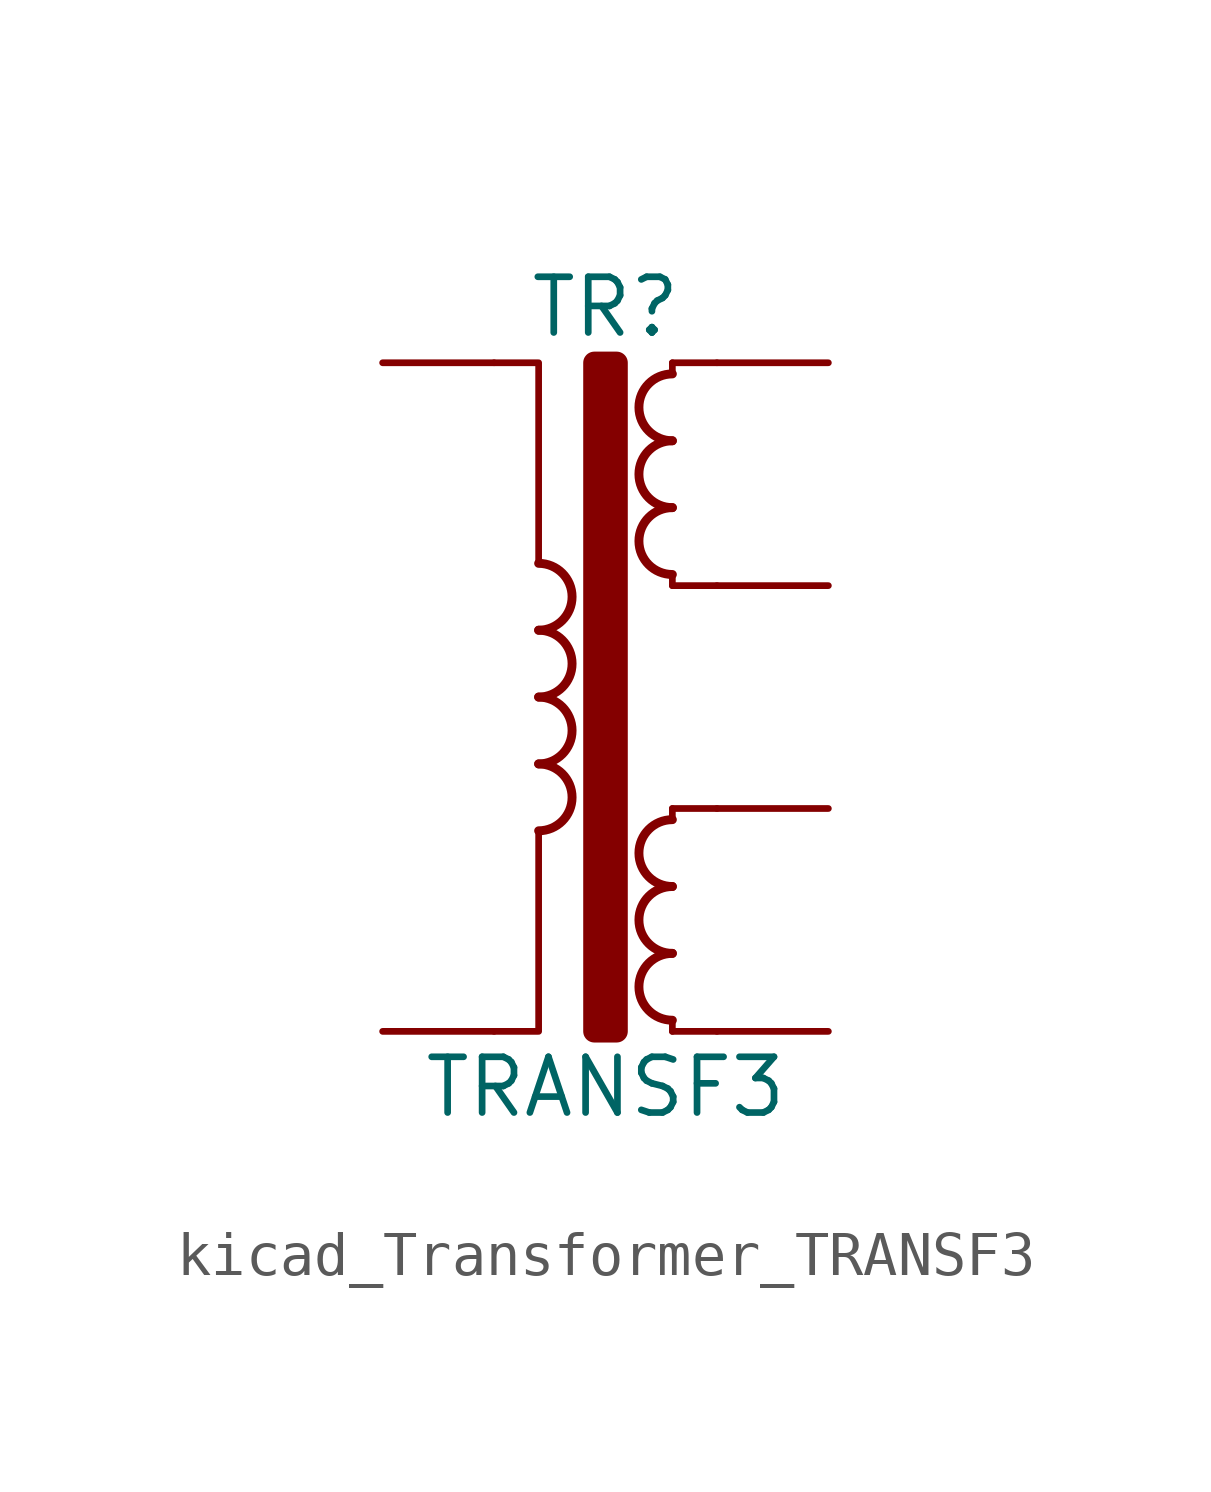
<source format=kicad_sym>
(kicad_symbol_lib
  (version 20220914)
  (generator kicad_symbol_editor)
  (symbol "kicad_Transformer_TRANSF3"
    (pin_numbers hide)
    (pin_names
      (offset 0))
    (property "Reference" "TR"
      (at 0 8.89 0)
      (effects (font (size 1.27 1.27))))
    (property "Value" "TRANSF3"
      (at 0 -8.89 0)
      (effects (font (size 1.27 1.27))))
    (symbol "kicad_Transformer_TRANSF3_0_1"
      (arc (start -1.524 -3.048) (mid -0.7653 -2.286) (end -1.524 -1.524) (stroke (width 0.2032) (type default)) (fill (type none)))
      (arc (start -1.524 -1.524) (mid -0.7653 -0.762) (end -1.524 0) (stroke (width 0.2032) (type default)) (fill (type none)))
      (arc (start -1.524 0) (mid -0.7653 0.762) (end -1.524 1.524) (stroke (width 0.2032) (type default)) (fill (type none)))
      (arc (start -1.524 1.524) (mid -0.7653 2.286) (end -1.524 3.048) (stroke (width 0.2032) (type default)) (fill (type none)))
      (rectangle (start -0.254 7.62) (end 0.254 -7.62) (stroke (width 0.508) (type default)) (fill (type outline)))
      (polyline (pts (xy -1.524 3.048) (xy -1.524 7.62) (xy -2.54 7.62)) (stroke (width 0) (type default)) (fill (type none)))
      (polyline (pts (xy 1.524 -7.366) (xy 1.524 -7.62) (xy 1.524 -7.62)) (stroke (width 0) (type default)) (fill (type outline)))
      (polyline (pts (xy 1.524 -2.54) (xy 1.524 -2.794) (xy 1.524 -2.794)) (stroke (width 0) (type default)) (fill (type outline)))
      (polyline (pts (xy 1.524 -2.54) (xy 2.54 -2.54) (xy 2.54 -2.54)) (stroke (width 0) (type default)) (fill (type none)))
      (polyline (pts (xy 1.524 2.54) (xy 1.524 2.794) (xy 1.524 2.794)) (stroke (width 0) (type default)) (fill (type outline)))
      (polyline (pts (xy 1.524 2.54) (xy 2.54 2.54) (xy 2.54 2.54)) (stroke (width 0) (type default)) (fill (type none)))
      (polyline (pts (xy 1.524 7.62) (xy 1.524 7.366) (xy 1.524 7.366)) (stroke (width 0) (type default)) (fill (type outline)))
      (polyline (pts (xy 1.524 7.62) (xy 2.54 7.62) (xy 2.54 7.62)) (stroke (width 0) (type default)) (fill (type none)))
      (polyline (pts (xy 2.54 -7.62) (xy 1.524 -7.62) (xy 1.524 -7.62)) (stroke (width 0) (type default)) (fill (type none)))
      (polyline (pts (xy -2.54 -7.62) (xy -1.524 -7.62) (xy -1.524 -3.048) (xy -1.524 -4.318)) (stroke (width 0) (type default)) (fill (type none)))
      (arc (start 1.524 -5.842) (mid 0.7653 -6.604) (end 1.524 -7.366) (stroke (width 0.2032) (type default)) (fill (type none)))
      (arc (start 1.524 -4.318) (mid 0.7653 -5.08) (end 1.524 -5.842) (stroke (width 0.2032) (type default)) (fill (type none)))
      (arc (start 1.524 -2.794) (mid 0.7653 -3.556) (end 1.524 -4.318) (stroke (width 0.2032) (type default)) (fill (type none)))
      (arc (start 1.524 4.318) (mid 0.7653 3.556) (end 1.524 2.794) (stroke (width 0.2032) (type default)) (fill (type none)))
      (arc (start 1.524 5.842) (mid 0.7653 5.08) (end 1.524 4.318) (stroke (width 0.2032) (type default)) (fill (type none)))
      (arc (start 1.524 7.366) (mid 0.7653 6.604) (end 1.524 5.842) (stroke (width 0.2032) (type default)) (fill (type none))))
    (symbol "kicad_Transformer_TRANSF3_1_1"
      (pin passive line (at -5.08 7.62 0) (length 2.54) (name "~" (effects (font (size 1.27 1.27)))) (number "1" (effects (font (size 1.27 1.27)))))
      (pin passive line (at -5.08 -7.62 0) (length 2.54) (name "~" (effects (font (size 1.27 1.27)))) (number "2" (effects (font (size 1.27 1.27)))))
      (pin passive line (at 5.08 7.62 180) (length 2.54) (name "~" (effects (font (size 1.27 1.27)))) (number "3" (effects (font (size 1.27 1.27)))))
      (pin passive line (at 5.08 2.54 180) (length 2.54) (name "~" (effects (font (size 1.27 1.27)))) (number "4" (effects (font (size 1.27 1.27)))))
      (pin passive line (at 5.08 -2.54 180) (length 2.54) (name "~" (effects (font (size 1.27 1.27)))) (number "5" (effects (font (size 1.27 1.27)))))
      (pin passive line (at 5.08 -7.62 180) (length 2.54) (name "~" (effects (font (size 1.27 1.27)))) (number "6" (effects (font (size 1.27 1.27))))))))
</source>
